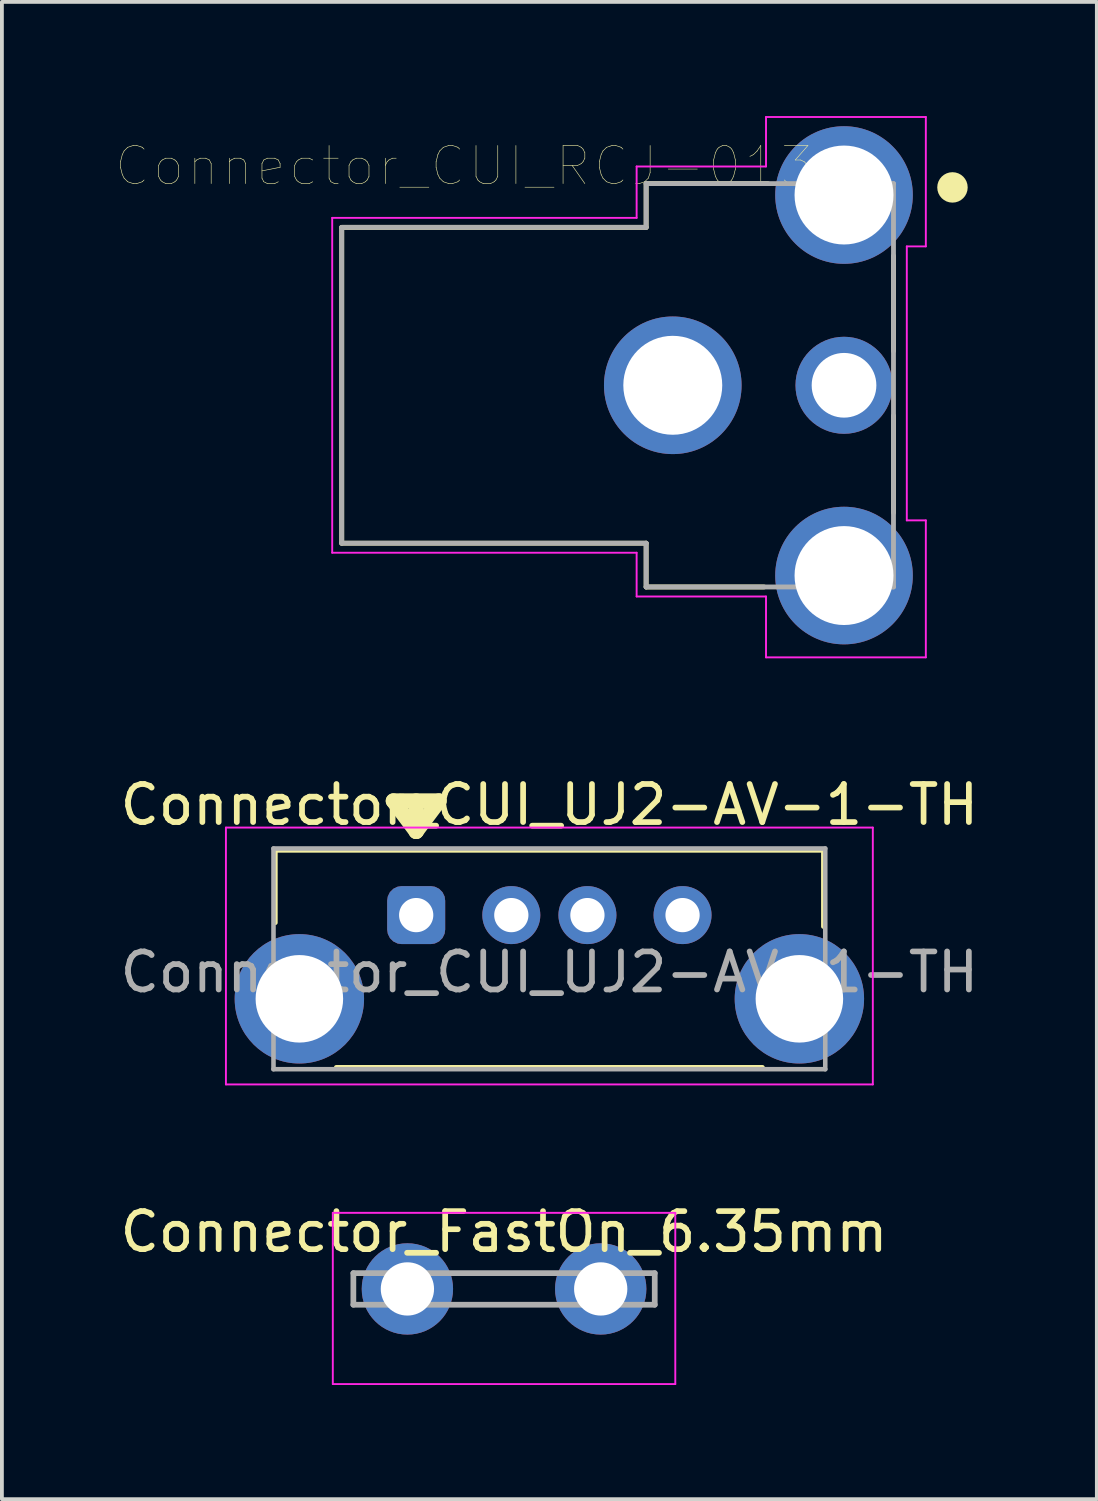
<source format=kicad_pcb>
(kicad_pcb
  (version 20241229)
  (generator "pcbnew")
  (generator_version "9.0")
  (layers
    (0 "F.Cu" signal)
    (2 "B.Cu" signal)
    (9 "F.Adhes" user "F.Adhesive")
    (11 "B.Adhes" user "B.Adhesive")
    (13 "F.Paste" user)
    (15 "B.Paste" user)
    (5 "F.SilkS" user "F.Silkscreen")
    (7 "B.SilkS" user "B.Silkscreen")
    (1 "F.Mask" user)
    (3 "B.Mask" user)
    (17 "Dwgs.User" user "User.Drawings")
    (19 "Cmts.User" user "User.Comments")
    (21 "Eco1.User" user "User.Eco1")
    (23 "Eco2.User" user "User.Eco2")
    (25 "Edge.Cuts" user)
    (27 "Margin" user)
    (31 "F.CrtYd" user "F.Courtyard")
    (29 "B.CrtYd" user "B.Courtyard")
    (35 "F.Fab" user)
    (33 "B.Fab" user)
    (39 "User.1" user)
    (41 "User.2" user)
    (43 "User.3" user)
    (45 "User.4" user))
  (footprint "Connector_CUI_UJ2-AV-1-TH"
    (layer "F.Cu")
    (at 7.887 20.998)
    (property "Reference" "Connector_CUI_UJ2-AV-1-TH" (at 3.5 -2.9 0) (layer "F.SilkS") (effects (font (size 1 1) (thickness 0.15))))
    (attr through_hole)
    (fp_line (start -3.7 -1.7) (end 10.7 -1.7) (stroke (width 0.12) (type solid)) (layer "F.SilkS"))
    (fp_line (start -3.7 0.2) (end -3.7 -1.7) (stroke (width 0.12) (type solid)) (layer "F.SilkS"))
    (fp_line (start -0.6 -3) (end 0.6 -3) (stroke (width 0.4) (type solid)) (layer "F.SilkS"))
    (fp_line (start 0 -2.2) (end -0.6 -3) (stroke (width 0.4) (type solid)) (layer "F.SilkS"))
    (fp_line (start 0 -2.2) (end 0 -3) (stroke (width 0.4) (type solid)) (layer "F.SilkS"))
    (fp_line (start 0.6 -3) (end 0 -2.2) (stroke (width 0.4) (type solid)) (layer "F.SilkS"))
    (fp_line (start 9.1 4) (end -2.1 4) (stroke (width 0.12) (type solid)) (layer "F.SilkS"))
    (fp_line (start 10.7 -1.7) (end 10.7 0.3) (stroke (width 0.12) (type solid)) (layer "F.SilkS"))
    (fp_line (start -5 -2.3) (end 12 -2.3) (stroke (width 0.05) (type solid)) (layer "F.CrtYd"))
    (fp_line (start -5 4.45) (end -5 -2.3) (stroke (width 0.05) (type solid)) (layer "F.CrtYd"))
    (fp_line (start 12 -2.3) (end 12 4.45) (stroke (width 0.05) (type solid)) (layer "F.CrtYd"))
    (fp_line (start 12 4.45) (end -5 4.45) (stroke (width 0.05) (type solid)) (layer "F.CrtYd"))
    (fp_line (start -3.75 -1.75) (end 10.75 -1.75) (stroke (width 0.12) (type solid)) (layer "F.Fab"))
    (fp_line (start -3.75 4.05) (end -3.75 -1.75) (stroke (width 0.12) (type solid)) (layer "F.Fab"))
    (fp_line (start 10.75 -1.75) (end 10.75 4.05) (stroke (width 0.12) (type solid)) (layer "F.Fab"))
    (fp_line (start 10.75 4.05) (end -3.75 4.05) (stroke (width 0.12) (type solid)) (layer "F.Fab"))
    (fp_text user "${REFERENCE}" (at 3.5 1.5 0) (layer "F.Fab") (effects (font (size 1 1) (thickness 0.15))))
    (pad "1" thru_hole roundrect (at 0 0) (size 1.524 1.524) (drill 0.9) (layers "*.Cu" "*.Mask") (roundrect_rratio 0.25))
    (pad "2" thru_hole circle (at 2.5 0) (size 1.524 1.524) (drill 0.9) (layers "*.Cu" "*.Mask"))
    (pad "3" thru_hole circle (at 4.5 0) (size 1.524 1.524) (drill 0.9) (layers "*.Cu" "*.Mask"))
    (pad "4" thru_hole circle (at 7 0) (size 1.524 1.524) (drill 0.9) (layers "*.Cu" "*.Mask"))
    (pad "5" thru_hole circle (at -3.07 2.2) (size 3.4 3.4) (drill 2.3) (layers "*.Cu" "*.Mask"))
    (pad "5" thru_hole circle (at 10.07 2.2) (size 3.4 3.4) (drill 2.3) (layers "*.Cu" "*.Mask")))
  (footprint "Connector_CUI_RCJ-013"
    (layer "F.Cu")
    (at 13.18 7.075)
    (property "Reference" "Connector_CUI_RCJ-013" (at -4.031 -5.763 0) (layer "F.SilkS") (effects (font (size 1.001 1.001) (thickness 0.015))))
    (attr through_hole)
    (fp_line (start -7.25 -4.15) (end -7.25 4.15) (stroke (width 0.127) (type solid)) (layer "F.SilkS"))
    (fp_line (start -7.25 4.15) (end 0.75 4.15) (stroke (width 0.127) (type solid)) (layer "F.SilkS"))
    (fp_line (start 0.75 -5.3) (end 0.75 -4.15) (stroke (width 0.127) (type solid)) (layer "F.SilkS"))
    (fp_line (start 0.75 -4.15) (end -7.25 -4.15) (stroke (width 0.127) (type solid)) (layer "F.SilkS"))
    (fp_line (start 0.75 4.15) (end 0.75 5.3) (stroke (width 0.127) (type solid)) (layer "F.SilkS"))
    (fp_line (start 0.75 5.3) (end 3.85 5.3) (stroke (width 0.127) (type solid)) (layer "F.SilkS"))
    (fp_line (start 3.95 -5.3) (end 0.75 -5.3) (stroke (width 0.127) (type solid)) (layer "F.SilkS"))
    (fp_line (start 7.25 -0.9) (end 7.25 -3.4) (stroke (width 0.127) (type solid)) (layer "F.SilkS"))
    (fp_line (start 7.25 3.35) (end 7.25 0.8) (stroke (width 0.127) (type solid)) (layer "F.SilkS"))
    (fp_circle (center 8.8 -5.2) (end 9 -5.2) (stroke (width 0.4) (type solid)) (fill no) (layer "F.SilkS"))
    (fp_line (start -7.5 -4.4) (end -7.5 4.4) (stroke (width 0.05) (type solid)) (layer "F.CrtYd"))
    (fp_line (start -7.5 4.4) (end 0.5 4.4) (stroke (width 0.05) (type solid)) (layer "F.CrtYd"))
    (fp_line (start 0.5 -5.75) (end 0.5 -4.4) (stroke (width 0.05) (type solid)) (layer "F.CrtYd"))
    (fp_line (start 0.5 -4.4) (end -7.5 -4.4) (stroke (width 0.05) (type solid)) (layer "F.CrtYd"))
    (fp_line (start 0.5 4.4) (end 0.5 5.55) (stroke (width 0.05) (type solid)) (layer "F.CrtYd"))
    (fp_line (start 0.5 5.55) (end 3.9 5.55) (stroke (width 0.05) (type solid)) (layer "F.CrtYd"))
    (fp_line (start 3.9 -7.05) (end 8.1 -7.05) (stroke (width 0.05) (type solid)) (layer "F.CrtYd"))
    (fp_line (start 3.9 -5.75) (end 0.5 -5.75) (stroke (width 0.05) (type solid)) (layer "F.CrtYd"))
    (fp_line (start 3.9 -5.75) (end 3.9 -7.05) (stroke (width 0.05) (type solid)) (layer "F.CrtYd"))
    (fp_line (start 3.9 7.15) (end 3.9 5.55) (stroke (width 0.05) (type solid)) (layer "F.CrtYd"))
    (fp_line (start 7.6 -3.65) (end 7.6 3.55) (stroke (width 0.05) (type solid)) (layer "F.CrtYd"))
    (fp_line (start 7.6 3.55) (end 8.1 3.55) (stroke (width 0.05) (type solid)) (layer "F.CrtYd"))
    (fp_line (start 8.1 -7.05) (end 8.1 -3.65) (stroke (width 0.05) (type solid)) (layer "F.CrtYd"))
    (fp_line (start 8.1 -3.65) (end 7.6 -3.65) (stroke (width 0.05) (type solid)) (layer "F.CrtYd"))
    (fp_line (start 8.1 7.15) (end 3.9 7.15) (stroke (width 0.05) (type solid)) (layer "F.CrtYd"))
    (fp_line (start 8.1 7.15) (end 8.1 3.55) (stroke (width 0.05) (type solid)) (layer "F.CrtYd"))
    (fp_line (start -7.25 -4.15) (end -7.25 4.15) (stroke (width 0.127) (type solid)) (layer "F.Fab"))
    (fp_line (start -7.25 4.15) (end 0.75 4.15) (stroke (width 0.127) (type solid)) (layer "F.Fab"))
    (fp_line (start 0.75 -5.3) (end 0.75 -4.15) (stroke (width 0.127) (type solid)) (layer "F.Fab"))
    (fp_line (start 0.75 -4.15) (end -7.25 -4.15) (stroke (width 0.127) (type solid)) (layer "F.Fab"))
    (fp_line (start 0.75 4.15) (end 0.75 5.3) (stroke (width 0.127) (type solid)) (layer "F.Fab"))
    (fp_line (start 0.75 5.3) (end 7.25 5.3) (stroke (width 0.127) (type solid)) (layer "F.Fab"))
    (fp_line (start 7.25 -5.3) (end 0.75 -5.3) (stroke (width 0.127) (type solid)) (layer "F.Fab"))
    (fp_line (start 7.25 5.3) (end 7.25 -5.3) (stroke (width 0.127) (type solid)) (layer "F.Fab"))
    (pad "1A" thru_hole circle (at 5.95 -5) (size 3.616 3.616) (drill 2.6) (layers "*.Cu" "*.Mask"))
    (pad "1B" thru_hole circle (at 5.95 5) (size 3.616 3.616) (drill 2.6) (layers "*.Cu" "*.Mask"))
    (pad "1C" thru_hole circle (at 1.45 0) (size 3.616 3.616) (drill 2.6) (layers "*.Cu" "*.Mask"))
    (pad "2" thru_hole circle (at 5.95 0) (size 2.55 2.55) (drill 1.7) (layers "*.Cu" "*.Mask")))
  (footprint "Connector_FastOn_6.35mm"
    (layer "F.Cu")
    (at 10.196 30.822)
    (property "Reference" "Connector_FastOn_6.35mm" (at 0 -1.5 0) (layer "F.SilkS") (effects (font (size 1 1) (thickness 0.15))))
    (attr through_hole)
    (fp_line (start -4.5 -2) (end 4.5 -2) (stroke (width 0.05) (type solid)) (layer "F.CrtYd"))
    (fp_line (start -4.5 2.5) (end -4.5 -2) (stroke (width 0.05) (type solid)) (layer "F.CrtYd"))
    (fp_line (start 4.5 -2) (end 4.5 2.5) (stroke (width 0.05) (type solid)) (layer "F.CrtYd"))
    (fp_line (start 4.5 2.5) (end -4.5 2.5) (stroke (width 0.05) (type solid)) (layer "F.CrtYd"))
    (fp_line (start -3.96 -0.415) (end 3.96 -0.415) (stroke (width 0.15) (type solid)) (layer "F.Fab"))
    (fp_line (start -3.96 0.415) (end -3.96 -0.415) (stroke (width 0.15) (type solid)) (layer "F.Fab"))
    (fp_line (start 3.96 -0.415) (end 3.96 0.415) (stroke (width 0.15) (type solid)) (layer "F.Fab"))
    (fp_line (start 3.96 0.415) (end -3.96 0.415) (stroke (width 0.15) (type solid)) (layer "F.Fab"))
    (pad "1" thru_hole circle (at -2.54 0) (size 2.4 2.4) (drill 1.4) (layers "*.Cu" "*.Mask"))
    (pad "1" thru_hole circle (at 2.54 0) (size 2.4 2.4) (drill 1.4) (layers "*.Cu" "*.Mask")))
  (gr_rect
    (start -3 -3)
    (end 25.774 36.346)
    (stroke (width 0.1) (type default))
    (fill no)
    (layer "Edge.Cuts")))
</source>
